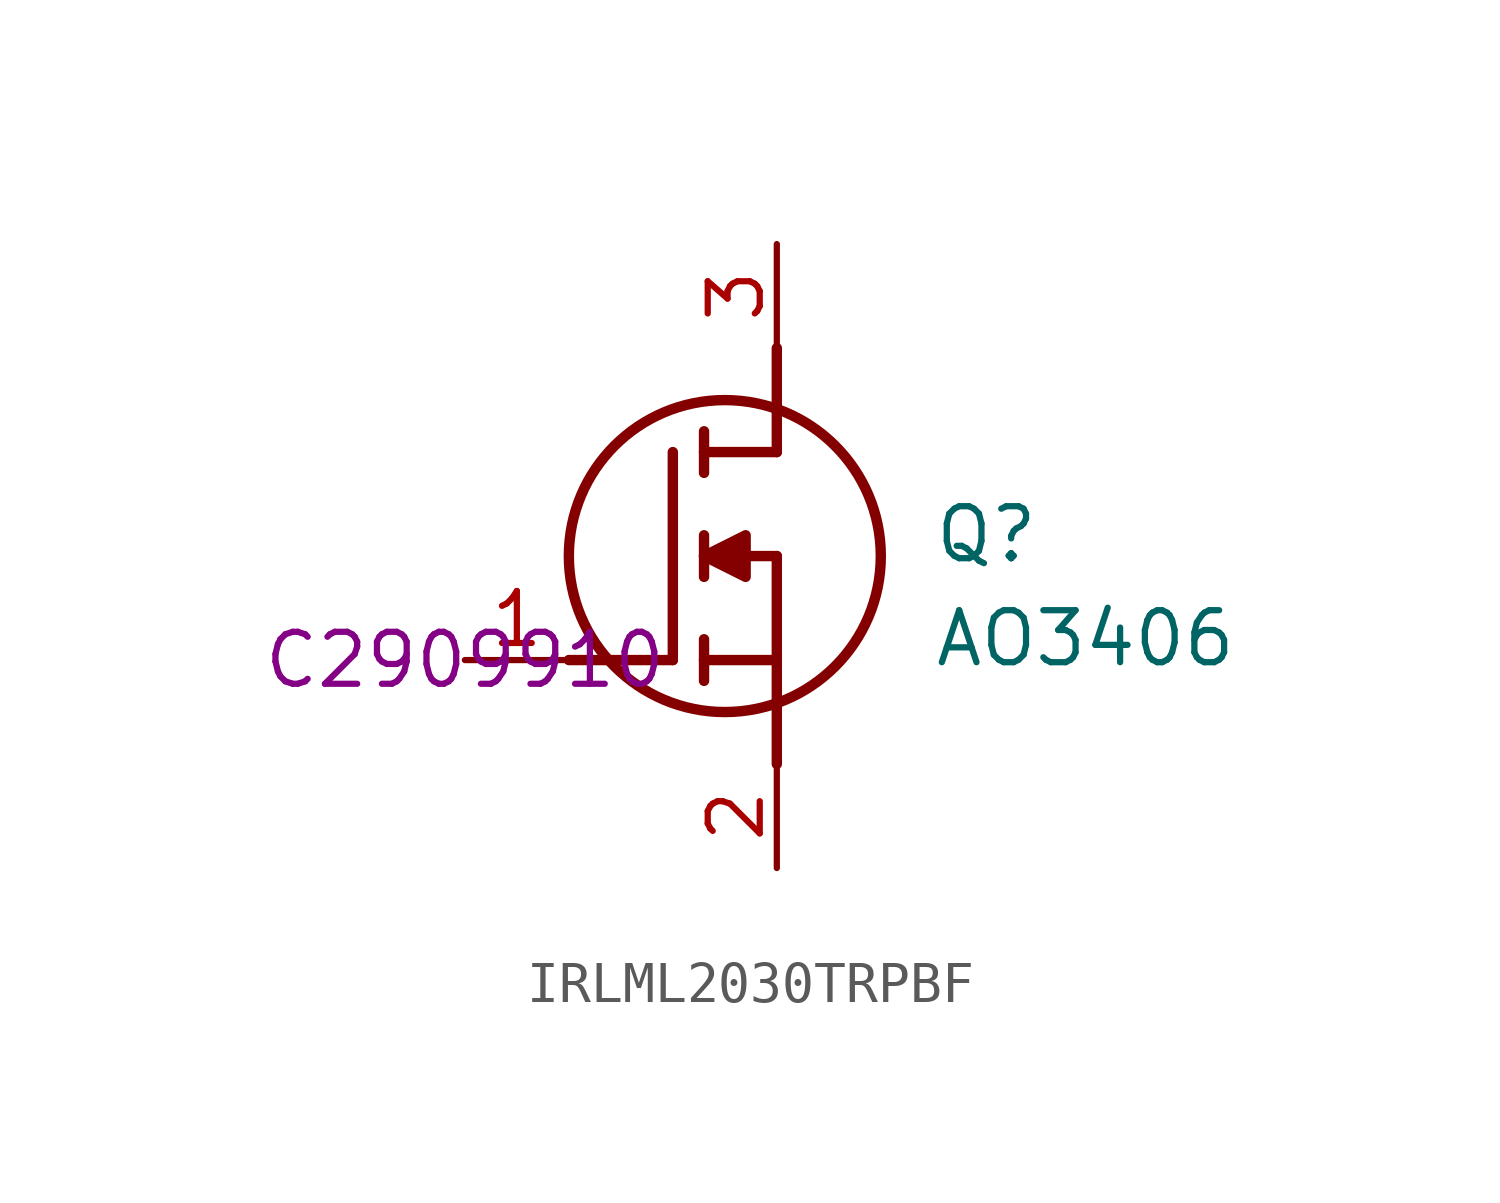
<source format=kicad_sym>
(kicad_symbol_lib
  (version 20231120)
  (generator "kicad_symbol_editor")
  (generator_version "8.0")
  (symbol "IRLML2030TRPBF"
    (pin_names hide)
    (property "Reference" "Q"
      (at 11.43 3.81 0)
      (effects (font (size 1.27 1.27)) (justify left top)))
    (property "Value" "AO3406"
      (at 11.43 1.27 0)
      (effects (font (size 1.27 1.27)) (justify left top)))
    (property "LCSC" "C2909910"
      (at 0 0 0)
      (effects (font (size 1.27 1.27))))
    (symbol "IRLML2030TRPBF_1_1"
      (polyline (pts (xy 2.54 0) (xy 5.08 0)) (stroke (width 0.254) (type default)) (fill (type none)))
      (polyline (pts (xy 5.08 5.08) (xy 5.08 0)) (stroke (width 0.254) (type default)) (fill (type none)))
      (polyline (pts (xy 5.842 -0.508) (xy 5.842 0.508)) (stroke (width 0.254) (type default)) (fill (type none)))
      (polyline (pts (xy 5.842 0) (xy 7.62 0)) (stroke (width 0.254) (type default)) (fill (type none)))
      (polyline (pts (xy 5.842 2.032) (xy 5.842 3.048)) (stroke (width 0.254) (type default)) (fill (type none)))
      (polyline (pts (xy 5.842 5.588) (xy 5.842 4.572)) (stroke (width 0.254) (type default)) (fill (type none)))
      (polyline (pts (xy 7.62 2.54) (xy 5.842 2.54)) (stroke (width 0.254) (type default)) (fill (type none)))
      (polyline (pts (xy 7.62 2.54) (xy 7.62 -2.54)) (stroke (width 0.254) (type default)) (fill (type none)))
      (polyline (pts (xy 7.62 5.08) (xy 5.842 5.08)) (stroke (width 0.254) (type default)) (fill (type none)))
      (polyline (pts (xy 7.62 5.08) (xy 7.62 7.62)) (stroke (width 0.254) (type default)) (fill (type none)))
      (polyline (pts (xy 5.842 2.54) (xy 6.858 3.048) (xy 6.858 2.032) (xy 5.842 2.54)) (stroke (width 0.254) (type default)) (fill (type outline)))
      (circle (center 6.35 2.54) (radius 3.81) (stroke (width 0.254) (type default)) (fill (type none)))
      (pin passive line (at 0 0 0) (length 2.54) (name "G" (effects (font (size 1.27 1.27)))) (number "1" (effects (font (size 1.27 1.27)))))
      (pin passive line (at 7.62 -5.08 90) (length 2.54) (name "S" (effects (font (size 1.27 1.27)))) (number "2" (effects (font (size 1.27 1.27)))))
      (pin passive line (at 7.62 10.16 270) (length 2.54) (name "D" (effects (font (size 1.27 1.27)))) (number "3" (effects (font (size 1.27 1.27))))))))
</source>
